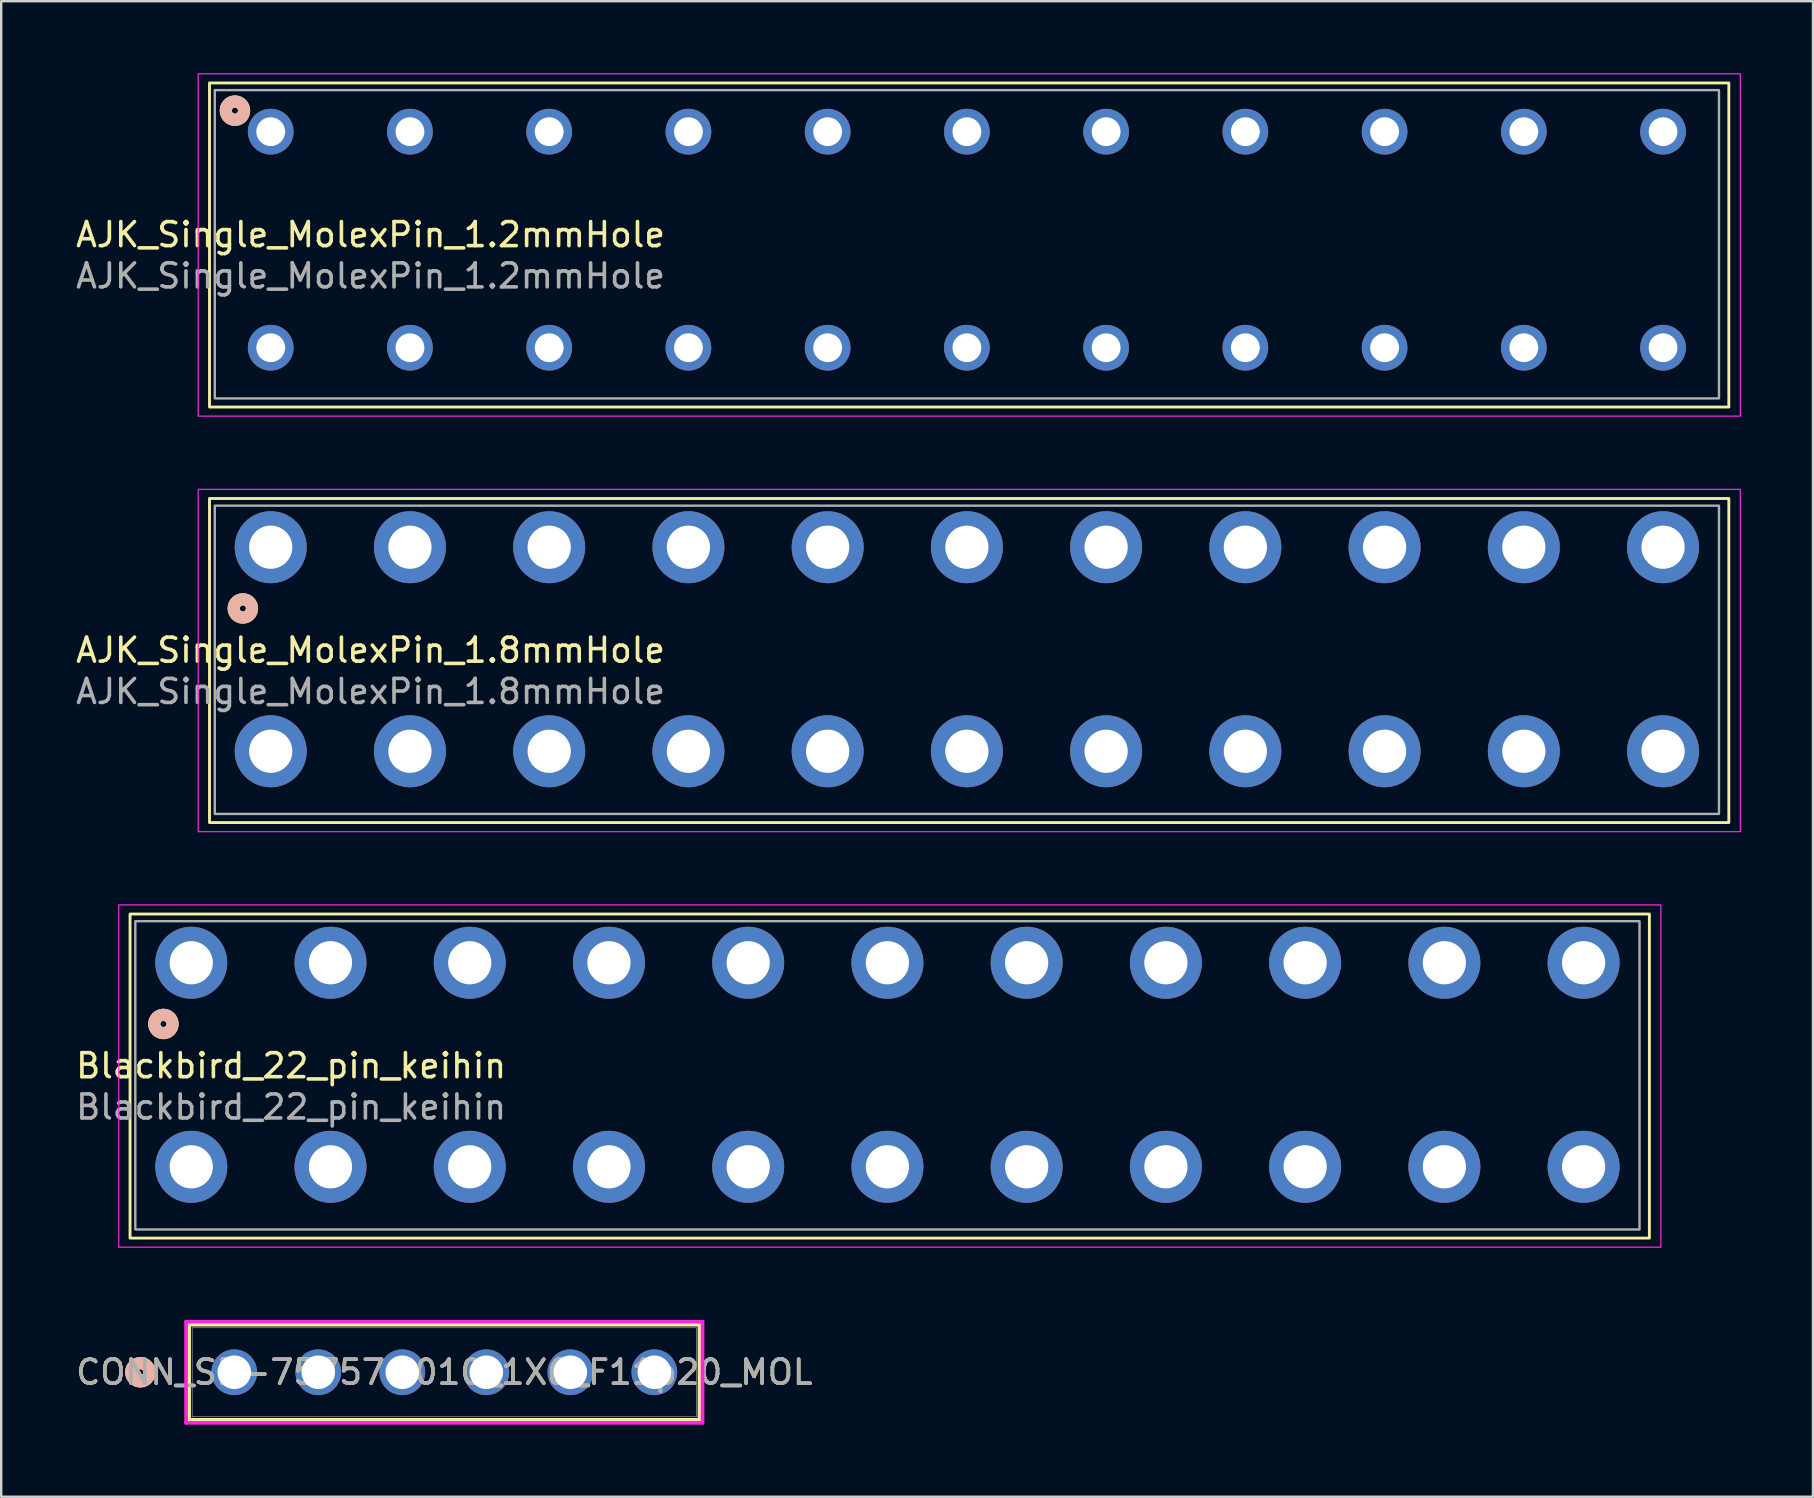
<source format=kicad_pcb>
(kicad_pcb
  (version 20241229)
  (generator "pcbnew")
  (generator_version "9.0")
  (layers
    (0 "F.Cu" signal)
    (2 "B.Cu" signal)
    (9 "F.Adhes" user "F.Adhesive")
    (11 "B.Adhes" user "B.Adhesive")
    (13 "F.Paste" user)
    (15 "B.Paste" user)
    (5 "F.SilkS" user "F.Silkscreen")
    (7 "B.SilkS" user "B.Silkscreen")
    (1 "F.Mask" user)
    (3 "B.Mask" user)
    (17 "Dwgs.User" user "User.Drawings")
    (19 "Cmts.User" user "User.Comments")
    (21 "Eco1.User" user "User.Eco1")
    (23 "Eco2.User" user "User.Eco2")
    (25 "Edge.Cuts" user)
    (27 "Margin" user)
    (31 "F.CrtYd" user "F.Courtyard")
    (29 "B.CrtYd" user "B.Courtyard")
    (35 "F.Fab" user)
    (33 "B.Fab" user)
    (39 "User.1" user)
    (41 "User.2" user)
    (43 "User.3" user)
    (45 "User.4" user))
  (footprint "AJK_Single_MolexPin_1.8mmHole"
    (layer "F.Cu")
    (at 8.227 19.745)
    (property "Reference" "AJK_Single_MolexPin_1.8mmHole" (at 4.16 4.29 0) (unlocked yes) (layer "F.SilkS") (effects (font (size 1 1) (thickness 0.15))))
    (attr through_hole)
    (fp_rect (start -2.55 -2.03) (end 60.74 11.47) (stroke (width 0.12) (type solid)) (fill no) (layer "F.SilkS"))
    (fp_circle (center -1.161 2.55) (end -0.78 2.55) (stroke (width 0.508) (type solid)) (fill no) (layer "F.SilkS"))
    (fp_circle (center -1.16 2.55) (end -0.779 2.55) (stroke (width 0.508) (type solid)) (fill no) (layer "B.SilkS"))
    (fp_rect (start -3.02 -2.41) (end 61.22 11.85) (stroke (width 0.05) (type solid)) (fill no) (layer "F.CrtYd"))
    (fp_rect (start -2.33 -1.73) (end 60.33 11.11) (stroke (width 0.1) (type solid)) (fill no) (layer "F.Fab"))
    (fp_text user "${REFERENCE}" (at 4.16 6.01 0) (unlocked yes) (layer "F.Fab") (effects (font (size 1 1) (thickness 0.15))))
    (pad "1" thru_hole circle (at 0 0) (size 3 3) (drill 1.8) (layers "*.Cu" "*.Mask"))
    (pad "2" thru_hole circle (at 5.8 0) (size 3 3) (drill 1.8) (layers "*.Cu" "*.Mask"))
    (pad "3" thru_hole circle (at 11.6 0) (size 3 3) (drill 1.8) (layers "*.Cu" "*.Mask"))
    (pad "4" thru_hole circle (at 17.4 0) (size 3 3) (drill 1.8) (layers "*.Cu" "*.Mask"))
    (pad "5" thru_hole circle (at 23.2 0) (size 3 3) (drill 1.8) (layers "*.Cu" "*.Mask"))
    (pad "6" thru_hole circle (at 29 0) (size 3 3) (drill 1.8) (layers "*.Cu" "*.Mask"))
    (pad "7" thru_hole circle (at 34.8 0) (size 3 3) (drill 1.8) (layers "*.Cu" "*.Mask"))
    (pad "8" thru_hole circle (at 40.6 0) (size 3 3) (drill 1.8) (layers "*.Cu" "*.Mask"))
    (pad "9" thru_hole circle (at 46.4 0) (size 3 3) (drill 1.8) (layers "*.Cu" "*.Mask"))
    (pad "10" thru_hole circle (at 52.2 0) (size 3 3) (drill 1.8) (layers "*.Cu" "*.Mask"))
    (pad "11" thru_hole circle (at 58 0) (size 3 3) (drill 1.8) (layers "*.Cu" "*.Mask"))
    (pad "12" thru_hole circle (at 0 8.5) (size 3 3) (drill 1.8) (layers "*.Cu" "*.Mask"))
    (pad "13" thru_hole circle (at 5.8 8.5) (size 3 3) (drill 1.8) (layers "*.Cu" "*.Mask"))
    (pad "14" thru_hole circle (at 11.6 8.5) (size 3 3) (drill 1.8) (layers "*.Cu" "*.Mask"))
    (pad "15" thru_hole circle (at 17.4 8.5) (size 3 3) (drill 1.8) (layers "*.Cu" "*.Mask"))
    (pad "16" thru_hole circle (at 23.2 8.5) (size 3 3) (drill 1.8) (layers "*.Cu" "*.Mask"))
    (pad "17" thru_hole circle (at 29 8.5) (size 3 3) (drill 1.8) (layers "*.Cu" "*.Mask"))
    (pad "18" thru_hole circle (at 34.8 8.5) (size 3 3) (drill 1.8) (layers "*.Cu" "*.Mask"))
    (pad "19" thru_hole circle (at 40.6 8.5) (size 3 3) (drill 1.8) (layers "*.Cu" "*.Mask"))
    (pad "20" thru_hole circle (at 46.4 8.5) (size 3 3) (drill 1.8) (layers "*.Cu" "*.Mask"))
    (pad "21" thru_hole circle (at 52.2 8.5) (size 3 3) (drill 1.8) (layers "*.Cu" "*.Mask"))
    (pad "22" thru_hole circle (at 58 8.5) (size 3 3) (drill 1.8) (layers "*.Cu" "*.Mask")))
  (footprint "CONN_SD-75757-010_1X6_F11p20_MOL"
    (layer "F.Cu")
    (at 6.708 54.114)
    (property "Reference" "CONN_SD-75757-010_1X6_F11p20_MOL" (at 8.75 0 0) (unlocked yes) (layer "F.SilkS") (effects (font (size 1 1) (thickness 0.15))))
    (attr through_hole)
    (fp_line (start -1.88 -1.981) (end -1.88 1.981) (stroke (width 0.152) (type solid)) (layer "F.SilkS"))
    (fp_line (start -1.88 1.981) (end 19.38 1.981) (stroke (width 0.152) (type solid)) (layer "F.SilkS"))
    (fp_line (start 19.38 -1.981) (end -1.88 -1.981) (stroke (width 0.152) (type solid)) (layer "F.SilkS"))
    (fp_line (start 19.38 1.981) (end 19.38 -1.981) (stroke (width 0.152) (type solid)) (layer "F.SilkS"))
    (fp_circle (center -3.912 0) (end -3.531 0) (stroke (width 0.508) (type solid)) (fill no) (layer "F.SilkS"))
    (fp_circle (center -3.912 0) (end -3.531 0) (stroke (width 0.508) (type solid)) (fill no) (layer "B.SilkS"))
    (fp_line (start -2.007 -2.108) (end -2.007 2.108) (stroke (width 0.152) (type solid)) (layer "F.CrtYd"))
    (fp_line (start -2.007 2.108) (end 19.507 2.108) (stroke (width 0.152) (type solid)) (layer "F.CrtYd"))
    (fp_line (start 19.507 -2.108) (end -2.007 -2.108) (stroke (width 0.152) (type solid)) (layer "F.CrtYd"))
    (fp_line (start 19.507 2.108) (end 19.507 -2.108) (stroke (width 0.152) (type solid)) (layer "F.CrtYd"))
    (fp_line (start -1.753 -1.854) (end -1.753 1.854) (stroke (width 0.025) (type solid)) (layer "F.Fab"))
    (fp_line (start -1.753 1.854) (end 19.253 1.854) (stroke (width 0.025) (type solid)) (layer "F.Fab"))
    (fp_line (start 19.253 -1.854) (end -1.753 -1.854) (stroke (width 0.025) (type solid)) (layer "F.Fab"))
    (fp_line (start 19.253 1.854) (end 19.253 -1.854) (stroke (width 0.025) (type solid)) (layer "F.Fab"))
    (fp_circle (center 0 0) (end 0.381 0) (stroke (width 0.508) (type solid)) (fill no) (layer "F.Fab"))
    (fp_text user "${REFERENCE}" (at 8.75 0 0) (unlocked yes) (layer "F.Fab") (effects (font (size 1 1) (thickness 0.15))))
    (pad "1" thru_hole circle (at 0 0) (size 1.905 1.905) (drill 1.397) (layers "*.Cu" "*.Mask"))
    (pad "2" thru_hole circle (at 3.5 0) (size 1.905 1.905) (drill 1.397) (layers "*.Cu" "*.Mask"))
    (pad "3" thru_hole circle (at 7 0) (size 1.905 1.905) (drill 1.397) (layers "*.Cu" "*.Mask"))
    (pad "4" thru_hole circle (at 10.5 0) (size 1.905 1.905) (drill 1.397) (layers "*.Cu" "*.Mask"))
    (pad "5" thru_hole circle (at 14 0) (size 1.905 1.905) (drill 1.397) (layers "*.Cu" "*.Mask"))
    (pad "6" thru_hole circle (at 17.5 0) (size 1.905 1.905) (drill 1.397) (layers "*.Cu" "*.Mask")))
  (footprint "AJK_Single_MolexPin_1.2mmHole"
    (layer "F.Cu")
    (at 8.227 2.435)
    (property "Reference" "AJK_Single_MolexPin_1.2mmHole" (at 4.16 4.29 0) (unlocked yes) (layer "F.SilkS") (effects (font (size 1 1) (thickness 0.15))))
    (attr through_hole)
    (fp_rect (start -2.55 -2.03) (end 60.74 11.47) (stroke (width 0.12) (type solid)) (fill no) (layer "F.SilkS"))
    (fp_circle (center -1.49 -0.88) (end -1.109 -0.88) (stroke (width 0.508) (type solid)) (fill no) (layer "F.SilkS"))
    (fp_circle (center -1.49 -0.87) (end -1.109 -0.87) (stroke (width 0.508) (type solid)) (fill no) (layer "B.SilkS"))
    (fp_rect (start -3.02 -2.41) (end 61.22 11.85) (stroke (width 0.05) (type solid)) (fill no) (layer "F.CrtYd"))
    (fp_rect (start -2.33 -1.73) (end 60.33 11.11) (stroke (width 0.1) (type solid)) (fill no) (layer "F.Fab"))
    (fp_text user "${REFERENCE}" (at 4.16 6.01 0) (unlocked yes) (layer "F.Fab") (effects (font (size 1 1) (thickness 0.15))))
    (pad "1" thru_hole circle (at 0 0) (size 1.905 1.905) (drill 1.2) (layers "*.Cu" "*.Mask"))
    (pad "2" thru_hole circle (at 5.8 0) (size 1.905 1.905) (drill 1.2) (layers "*.Cu" "*.Mask"))
    (pad "3" thru_hole circle (at 11.6 0) (size 1.905 1.905) (drill 1.2) (layers "*.Cu" "*.Mask"))
    (pad "4" thru_hole circle (at 17.4 0) (size 1.905 1.905) (drill 1.2) (layers "*.Cu" "*.Mask"))
    (pad "5" thru_hole circle (at 23.2 0) (size 1.905 1.905) (drill 1.2) (layers "*.Cu" "*.Mask"))
    (pad "6" thru_hole circle (at 29 0) (size 1.905 1.905) (drill 1.2) (layers "*.Cu" "*.Mask"))
    (pad "7" thru_hole circle (at 34.8 0) (size 1.905 1.905) (drill 1.2) (layers "*.Cu" "*.Mask"))
    (pad "8" thru_hole circle (at 40.6 0) (size 1.905 1.905) (drill 1.2) (layers "*.Cu" "*.Mask"))
    (pad "9" thru_hole circle (at 46.4 0) (size 1.905 1.905) (drill 1.2) (layers "*.Cu" "*.Mask"))
    (pad "10" thru_hole circle (at 52.2 0) (size 1.905 1.905) (drill 1.2) (layers "*.Cu" "*.Mask"))
    (pad "11" thru_hole circle (at 58 0) (size 1.905 1.905) (drill 1.2) (layers "*.Cu" "*.Mask"))
    (pad "12" thru_hole circle (at 0 9) (size 1.905 1.905) (drill 1.2) (layers "*.Cu" "*.Mask"))
    (pad "13" thru_hole circle (at 5.8 9) (size 1.905 1.905) (drill 1.2) (layers "*.Cu" "*.Mask"))
    (pad "14" thru_hole circle (at 11.6 9) (size 1.905 1.905) (drill 1.2) (layers "*.Cu" "*.Mask"))
    (pad "15" thru_hole circle (at 17.4 9) (size 1.905 1.905) (drill 1.2) (layers "*.Cu" "*.Mask"))
    (pad "16" thru_hole circle (at 23.2 9) (size 1.905 1.905) (drill 1.2) (layers "*.Cu" "*.Mask"))
    (pad "17" thru_hole circle (at 29 9) (size 1.905 1.905) (drill 1.2) (layers "*.Cu" "*.Mask"))
    (pad "18" thru_hole circle (at 34.8 9) (size 1.905 1.905) (drill 1.2) (layers "*.Cu" "*.Mask"))
    (pad "19" thru_hole circle (at 40.6 9) (size 1.905 1.905) (drill 1.2) (layers "*.Cu" "*.Mask"))
    (pad "20" thru_hole circle (at 46.4 9) (size 1.905 1.905) (drill 1.2) (layers "*.Cu" "*.Mask"))
    (pad "21" thru_hole circle (at 52.2 9) (size 1.905 1.905) (drill 1.2) (layers "*.Cu" "*.Mask"))
    (pad "22" thru_hole circle (at 58 9) (size 1.905 1.905) (drill 1.2) (layers "*.Cu" "*.Mask")))
  (footprint "Blackbird_22_pin_keihin"
    (layer "F.Cu")
    (at 4.917 37.055)
    (property "Reference" "Blackbird_22_pin_keihin" (at 4.16 4.29 0) (unlocked yes) (layer "F.SilkS") (effects (font (size 1 1) (thickness 0.15))))
    (attr through_hole)
    (fp_rect (start -2.55 -2.03) (end 60.74 11.47) (stroke (width 0.12) (type solid)) (fill no) (layer "F.SilkS"))
    (fp_circle (center -1.161 2.55) (end -0.78 2.55) (stroke (width 0.508) (type solid)) (fill no) (layer "F.SilkS"))
    (fp_circle (center -1.16 2.55) (end -0.779 2.55) (stroke (width 0.508) (type solid)) (fill no) (layer "B.SilkS"))
    (fp_rect (start -3.02 -2.41) (end 61.22 11.85) (stroke (width 0.05) (type solid)) (fill no) (layer "F.CrtYd"))
    (fp_rect (start -2.33 -1.73) (end 60.33 11.11) (stroke (width 0.1) (type solid)) (fill no) (layer "F.Fab"))
    (fp_text user "${REFERENCE}" (at 4.16 6.01 0) (unlocked yes) (layer "F.Fab") (effects (font (size 1 1) (thickness 0.15))))
    (pad "1" thru_hole circle (at 0 0) (size 3 3) (drill 1.8) (layers "*.Cu" "*.Mask"))
    (pad "2" thru_hole circle (at 5.8 0) (size 3 3) (drill 1.8) (layers "*.Cu" "*.Mask"))
    (pad "3" thru_hole circle (at 11.6 0) (size 3 3) (drill 1.8) (layers "*.Cu" "*.Mask"))
    (pad "4" thru_hole circle (at 17.4 0) (size 3 3) (drill 1.8) (layers "*.Cu" "*.Mask"))
    (pad "5" thru_hole circle (at 23.2 0) (size 3 3) (drill 1.8) (layers "*.Cu" "*.Mask"))
    (pad "6" thru_hole circle (at 29 0) (size 3 3) (drill 1.8) (layers "*.Cu" "*.Mask"))
    (pad "7" thru_hole circle (at 34.8 0) (size 3 3) (drill 1.8) (layers "*.Cu" "*.Mask"))
    (pad "8" thru_hole circle (at 40.6 0) (size 3 3) (drill 1.8) (layers "*.Cu" "*.Mask"))
    (pad "9" thru_hole circle (at 46.4 0) (size 3 3) (drill 1.8) (layers "*.Cu" "*.Mask"))
    (pad "10" thru_hole circle (at 52.2 0) (size 3 3) (drill 1.8) (layers "*.Cu" "*.Mask"))
    (pad "11" thru_hole circle (at 58 0) (size 3 3) (drill 1.8) (layers "*.Cu" "*.Mask"))
    (pad "12" thru_hole circle (at 0 8.5) (size 3 3) (drill 1.8) (layers "*.Cu" "*.Mask"))
    (pad "13" thru_hole circle (at 5.8 8.5) (size 3 3) (drill 1.8) (layers "*.Cu" "*.Mask"))
    (pad "14" thru_hole circle (at 11.6 8.5) (size 3 3) (drill 1.8) (layers "*.Cu" "*.Mask"))
    (pad "15" thru_hole circle (at 17.4 8.5) (size 3 3) (drill 1.8) (layers "*.Cu" "*.Mask"))
    (pad "16" thru_hole circle (at 23.2 8.5) (size 3 3) (drill 1.8) (layers "*.Cu" "*.Mask"))
    (pad "17" thru_hole circle (at 29 8.5) (size 3 3) (drill 1.8) (layers "*.Cu" "*.Mask"))
    (pad "18" thru_hole circle (at 34.8 8.5) (size 3 3) (drill 1.8) (layers "*.Cu" "*.Mask"))
    (pad "19" thru_hole circle (at 40.6 8.5) (size 3 3) (drill 1.8) (layers "*.Cu" "*.Mask"))
    (pad "20" thru_hole circle (at 46.4 8.5) (size 3 3) (drill 1.8) (layers "*.Cu" "*.Mask"))
    (pad "21" thru_hole circle (at 52.2 8.5) (size 3 3) (drill 1.8) (layers "*.Cu" "*.Mask"))
    (pad "22" thru_hole circle (at 58 8.5) (size 3 3) (drill 1.8) (layers "*.Cu" "*.Mask")))
  (gr_rect
    (start -3 -3)
    (end 72.472 59.299)
    (stroke (width 0.1) (type default))
    (fill no)
    (layer "Edge.Cuts")))
</source>
